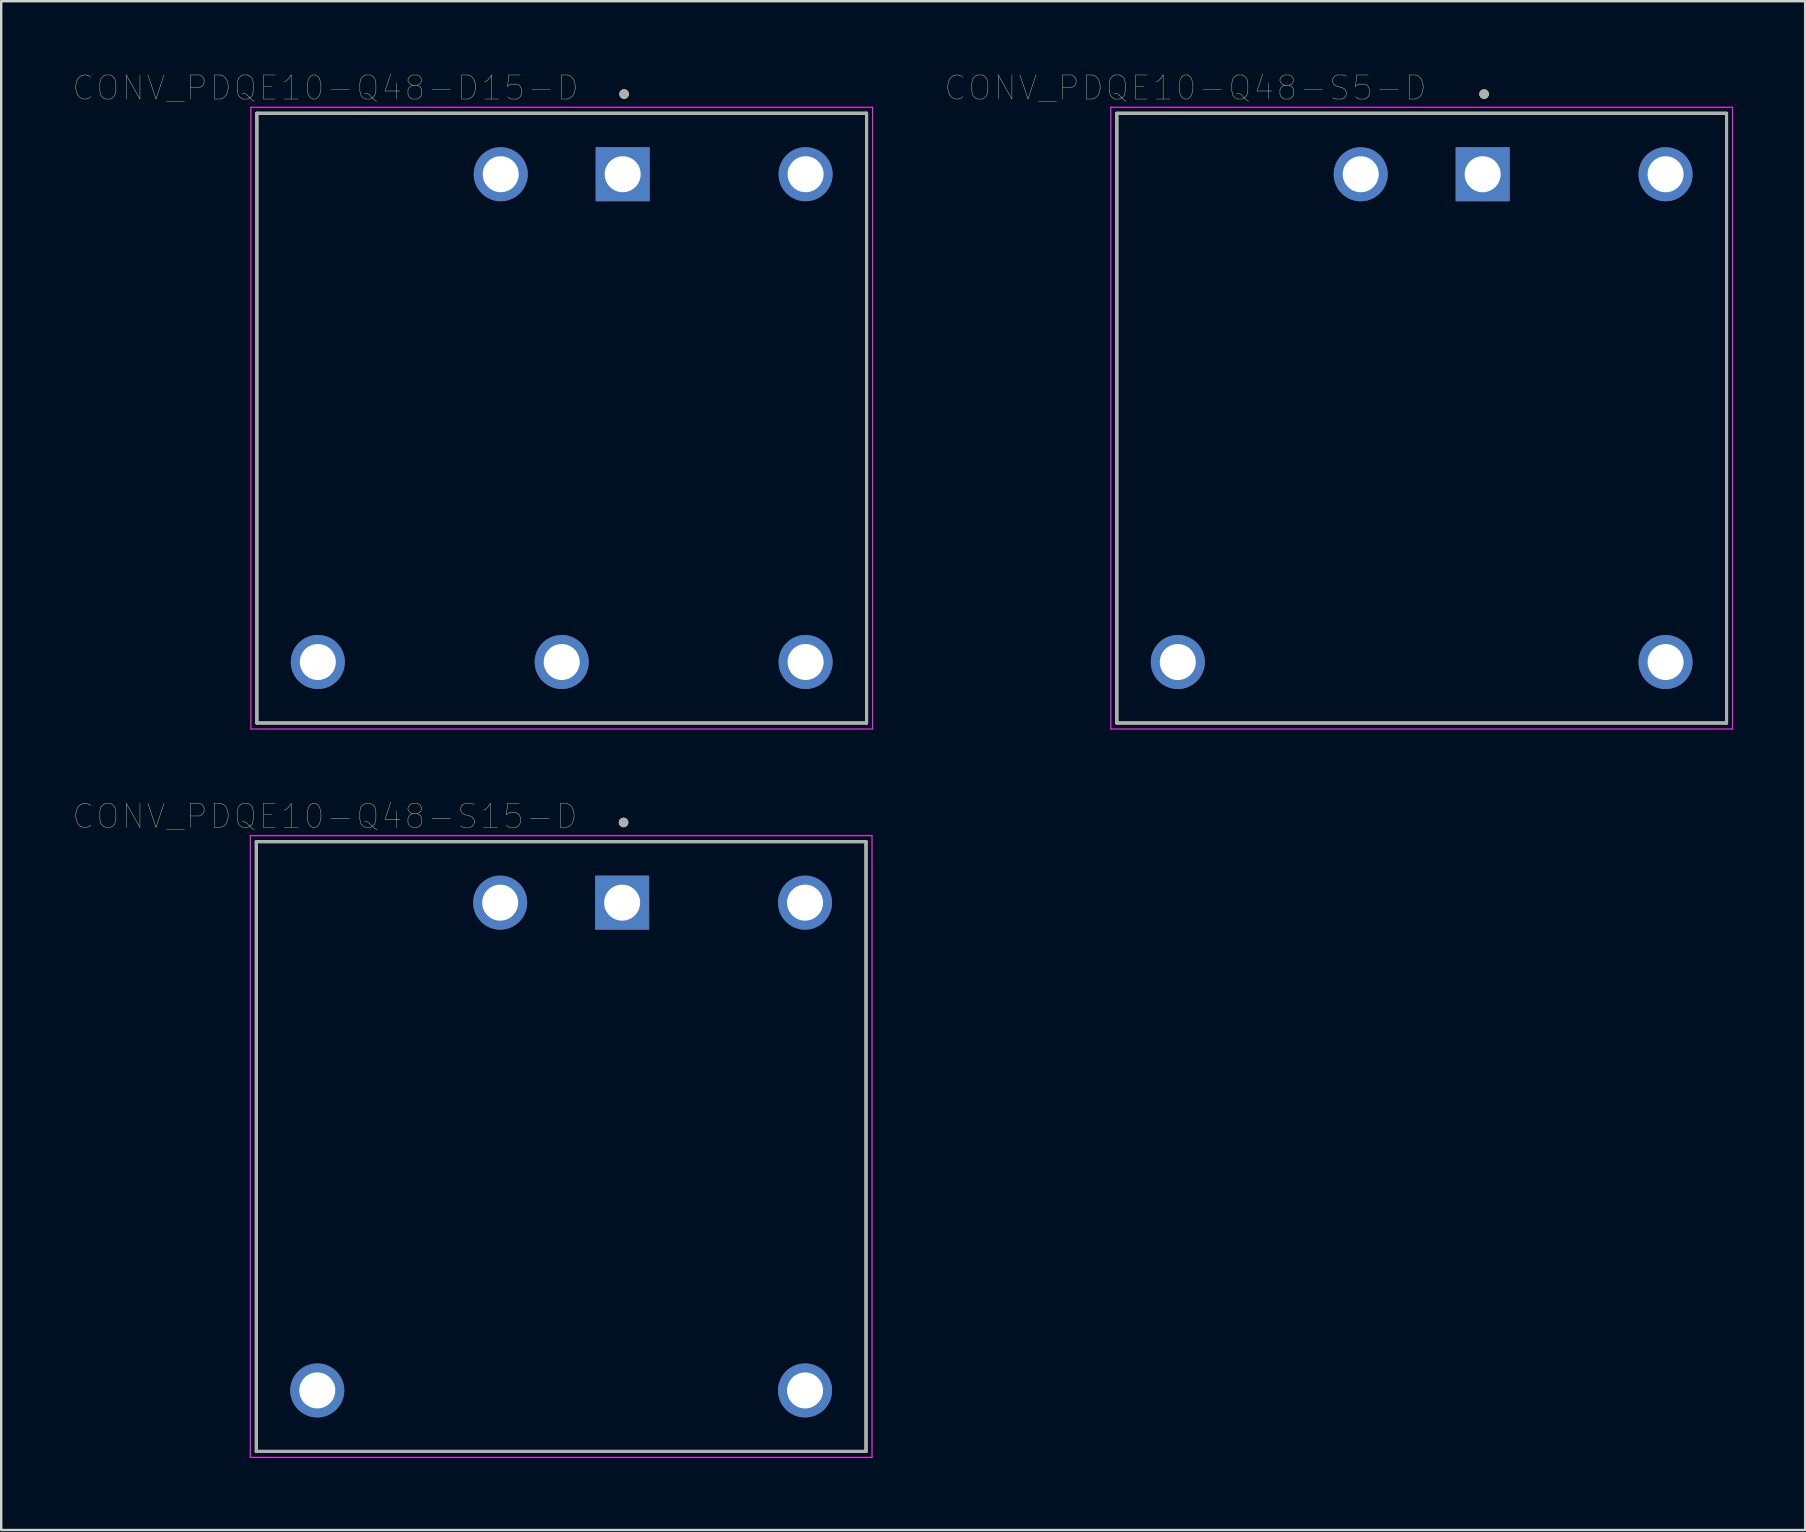
<source format=kicad_pcb>
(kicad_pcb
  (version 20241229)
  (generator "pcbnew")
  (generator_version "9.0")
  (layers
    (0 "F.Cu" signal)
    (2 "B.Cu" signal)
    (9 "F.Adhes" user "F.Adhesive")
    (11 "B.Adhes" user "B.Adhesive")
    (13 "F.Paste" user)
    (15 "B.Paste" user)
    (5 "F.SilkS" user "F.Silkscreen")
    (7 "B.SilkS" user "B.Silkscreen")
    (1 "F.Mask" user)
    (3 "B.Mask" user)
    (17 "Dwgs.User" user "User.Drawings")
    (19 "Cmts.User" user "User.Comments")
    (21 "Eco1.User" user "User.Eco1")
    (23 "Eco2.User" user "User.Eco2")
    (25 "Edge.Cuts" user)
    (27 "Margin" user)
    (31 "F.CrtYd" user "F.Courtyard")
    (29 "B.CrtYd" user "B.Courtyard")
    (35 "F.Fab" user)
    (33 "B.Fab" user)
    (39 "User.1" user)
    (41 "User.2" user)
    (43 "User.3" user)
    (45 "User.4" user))
  (footprint "CONV_PDQE10-Q48-D15-D"
    (layer "F.Cu")
    (at 20.35 14.368)
    (property "Reference" "CONV_PDQE10-Q48-D15-D" (at -9.84 -13.756 0) (layer "F.SilkS") (effects (font (size 1.002 1.002) (thickness 0.015))))
    (attr through_hole)
    (fp_line (start -12.7 -12.7) (end 12.7 -12.7) (stroke (width 0.127) (type solid)) (layer "F.SilkS"))
    (fp_line (start -12.7 12.7) (end -12.7 -12.7) (stroke (width 0.127) (type solid)) (layer "F.SilkS"))
    (fp_line (start 12.7 -12.7) (end 12.7 12.7) (stroke (width 0.127) (type solid)) (layer "F.SilkS"))
    (fp_line (start 12.7 12.7) (end -12.7 12.7) (stroke (width 0.127) (type solid)) (layer "F.SilkS"))
    (fp_circle (center 2.6 -13.5) (end 2.7 -13.5) (stroke (width 0.2) (type solid)) (fill no) (layer "F.SilkS"))
    (fp_line (start -12.95 -12.95) (end 12.95 -12.95) (stroke (width 0.05) (type solid)) (layer "F.CrtYd"))
    (fp_line (start -12.95 12.95) (end -12.95 -12.95) (stroke (width 0.05) (type solid)) (layer "F.CrtYd"))
    (fp_line (start 12.95 -12.95) (end 12.95 12.95) (stroke (width 0.05) (type solid)) (layer "F.CrtYd"))
    (fp_line (start 12.95 12.95) (end -12.95 12.95) (stroke (width 0.05) (type solid)) (layer "F.CrtYd"))
    (fp_line (start -12.7 -12.7) (end 12.7 -12.7) (stroke (width 0.127) (type solid)) (layer "F.Fab"))
    (fp_line (start -12.7 12.7) (end -12.7 -12.7) (stroke (width 0.127) (type solid)) (layer "F.Fab"))
    (fp_line (start 12.7 -12.7) (end 12.7 12.7) (stroke (width 0.127) (type solid)) (layer "F.Fab"))
    (fp_line (start 12.7 12.7) (end -12.7 12.7) (stroke (width 0.127) (type solid)) (layer "F.Fab"))
    (fp_circle (center 2.6 -13.5) (end 2.7 -13.5) (stroke (width 0.2) (type solid)) (fill no) (layer "F.Fab"))
    (pad "1" thru_hole rect (at 2.54 -10.16) (size 2.25 2.25) (drill 1.5) (layers "*.Cu" "*.Mask"))
    (pad "2" thru_hole circle (at -2.54 -10.16) (size 2.25 2.25) (drill 1.5) (layers "*.Cu" "*.Mask"))
    (pad "3" thru_hole circle (at -10.16 10.16) (size 2.25 2.25) (drill 1.5) (layers "*.Cu" "*.Mask"))
    (pad "4" thru_hole circle (at 0 10.16) (size 2.25 2.25) (drill 1.5) (layers "*.Cu" "*.Mask"))
    (pad "5" thru_hole circle (at 10.16 10.16) (size 2.25 2.25) (drill 1.5) (layers "*.Cu" "*.Mask"))
    (pad "6" thru_hole circle (at 10.16 -10.16) (size 2.25 2.25) (drill 1.5) (layers "*.Cu" "*.Mask")))
  (footprint "CONV_PDQE10-Q48-S5-D"
    (layer "F.Cu")
    (at 56.175 14.369)
    (property "Reference" "CONV_PDQE10-Q48-S5-D" (at -9.841 -13.757 0) (layer "F.SilkS") (effects (font (size 1.002 1.002) (thickness 0.015))))
    (attr through_hole)
    (fp_line (start -12.7 -12.7) (end 12.7 -12.7) (stroke (width 0.127) (type solid)) (layer "F.SilkS"))
    (fp_line (start -12.7 12.7) (end -12.7 -12.7) (stroke (width 0.127) (type solid)) (layer "F.SilkS"))
    (fp_line (start 12.7 -12.7) (end 12.7 12.7) (stroke (width 0.127) (type solid)) (layer "F.SilkS"))
    (fp_line (start 12.7 12.7) (end -12.7 12.7) (stroke (width 0.127) (type solid)) (layer "F.SilkS"))
    (fp_circle (center 2.6 -13.5) (end 2.7 -13.5) (stroke (width 0.2) (type solid)) (fill no) (layer "F.SilkS"))
    (fp_line (start -12.95 -12.95) (end 12.95 -12.95) (stroke (width 0.05) (type solid)) (layer "F.CrtYd"))
    (fp_line (start -12.95 12.95) (end -12.95 -12.95) (stroke (width 0.05) (type solid)) (layer "F.CrtYd"))
    (fp_line (start 12.95 -12.95) (end 12.95 12.95) (stroke (width 0.05) (type solid)) (layer "F.CrtYd"))
    (fp_line (start 12.95 12.95) (end -12.95 12.95) (stroke (width 0.05) (type solid)) (layer "F.CrtYd"))
    (fp_line (start -12.7 -12.7) (end 12.7 -12.7) (stroke (width 0.127) (type solid)) (layer "F.Fab"))
    (fp_line (start -12.7 12.7) (end -12.7 -12.7) (stroke (width 0.127) (type solid)) (layer "F.Fab"))
    (fp_line (start 12.7 -12.7) (end 12.7 12.7) (stroke (width 0.127) (type solid)) (layer "F.Fab"))
    (fp_line (start 12.7 12.7) (end -12.7 12.7) (stroke (width 0.127) (type solid)) (layer "F.Fab"))
    (fp_circle (center 2.6 -13.5) (end 2.7 -13.5) (stroke (width 0.2) (type solid)) (fill no) (layer "F.Fab"))
    (pad "1" thru_hole rect (at 2.54 -10.16) (size 2.25 2.25) (drill 1.5) (layers "*.Cu" "*.Mask"))
    (pad "2" thru_hole circle (at -2.54 -10.16) (size 2.25 2.25) (drill 1.5) (layers "*.Cu" "*.Mask"))
    (pad "3" thru_hole circle (at -10.16 10.16) (size 2.25 2.25) (drill 1.5) (layers "*.Cu" "*.Mask"))
    (pad "5" thru_hole circle (at 10.16 10.16) (size 2.25 2.25) (drill 1.5) (layers "*.Cu" "*.Mask"))
    (pad "6" thru_hole circle (at 10.16 -10.16) (size 2.25 2.25) (drill 1.5) (layers "*.Cu" "*.Mask")))
  (footprint "CONV_PDQE10-Q48-S15-D"
    (layer "F.Cu")
    (at 20.327 44.713)
    (property "Reference" "CONV_PDQE10-Q48-S15-D" (at -9.841 -13.757 0) (layer "F.SilkS") (effects (font (size 1.002 1.002) (thickness 0.015))))
    (attr through_hole)
    (fp_line (start -12.7 -12.7) (end 12.7 -12.7) (stroke (width 0.127) (type solid)) (layer "F.SilkS"))
    (fp_line (start -12.7 12.7) (end -12.7 -12.7) (stroke (width 0.127) (type solid)) (layer "F.SilkS"))
    (fp_line (start 12.7 -12.7) (end 12.7 12.7) (stroke (width 0.127) (type solid)) (layer "F.SilkS"))
    (fp_line (start 12.7 12.7) (end -12.7 12.7) (stroke (width 0.127) (type solid)) (layer "F.SilkS"))
    (fp_circle (center 2.6 -13.5) (end 2.7 -13.5) (stroke (width 0.2) (type solid)) (fill no) (layer "F.SilkS"))
    (fp_line (start -12.95 -12.95) (end 12.95 -12.95) (stroke (width 0.05) (type solid)) (layer "F.CrtYd"))
    (fp_line (start -12.95 12.95) (end -12.95 -12.95) (stroke (width 0.05) (type solid)) (layer "F.CrtYd"))
    (fp_line (start 12.95 -12.95) (end 12.95 12.95) (stroke (width 0.05) (type solid)) (layer "F.CrtYd"))
    (fp_line (start 12.95 12.95) (end -12.95 12.95) (stroke (width 0.05) (type solid)) (layer "F.CrtYd"))
    (fp_line (start -12.7 -12.7) (end 12.7 -12.7) (stroke (width 0.127) (type solid)) (layer "F.Fab"))
    (fp_line (start -12.7 12.7) (end -12.7 -12.7) (stroke (width 0.127) (type solid)) (layer "F.Fab"))
    (fp_line (start 12.7 -12.7) (end 12.7 12.7) (stroke (width 0.127) (type solid)) (layer "F.Fab"))
    (fp_line (start 12.7 12.7) (end -12.7 12.7) (stroke (width 0.127) (type solid)) (layer "F.Fab"))
    (fp_circle (center 2.6 -13.5) (end 2.7 -13.5) (stroke (width 0.2) (type solid)) (fill no) (layer "F.Fab"))
    (pad "1" thru_hole rect (at 2.54 -10.16) (size 2.25 2.25) (drill 1.5) (layers "*.Cu" "*.Mask"))
    (pad "2" thru_hole circle (at -2.54 -10.16) (size 2.25 2.25) (drill 1.5) (layers "*.Cu" "*.Mask"))
    (pad "3" thru_hole circle (at -10.16 10.16) (size 2.25 2.25) (drill 1.5) (layers "*.Cu" "*.Mask"))
    (pad "5" thru_hole circle (at 10.16 10.16) (size 2.25 2.25) (drill 1.5) (layers "*.Cu" "*.Mask"))
    (pad "6" thru_hole circle (at 10.16 -10.16) (size 2.25 2.25) (drill 1.5) (layers "*.Cu" "*.Mask")))
  (gr_rect
    (start -3 -3)
    (end 72.15 60.688)
    (stroke (width 0.1) (type default))
    (fill no)
    (layer "Edge.Cuts")))
</source>
